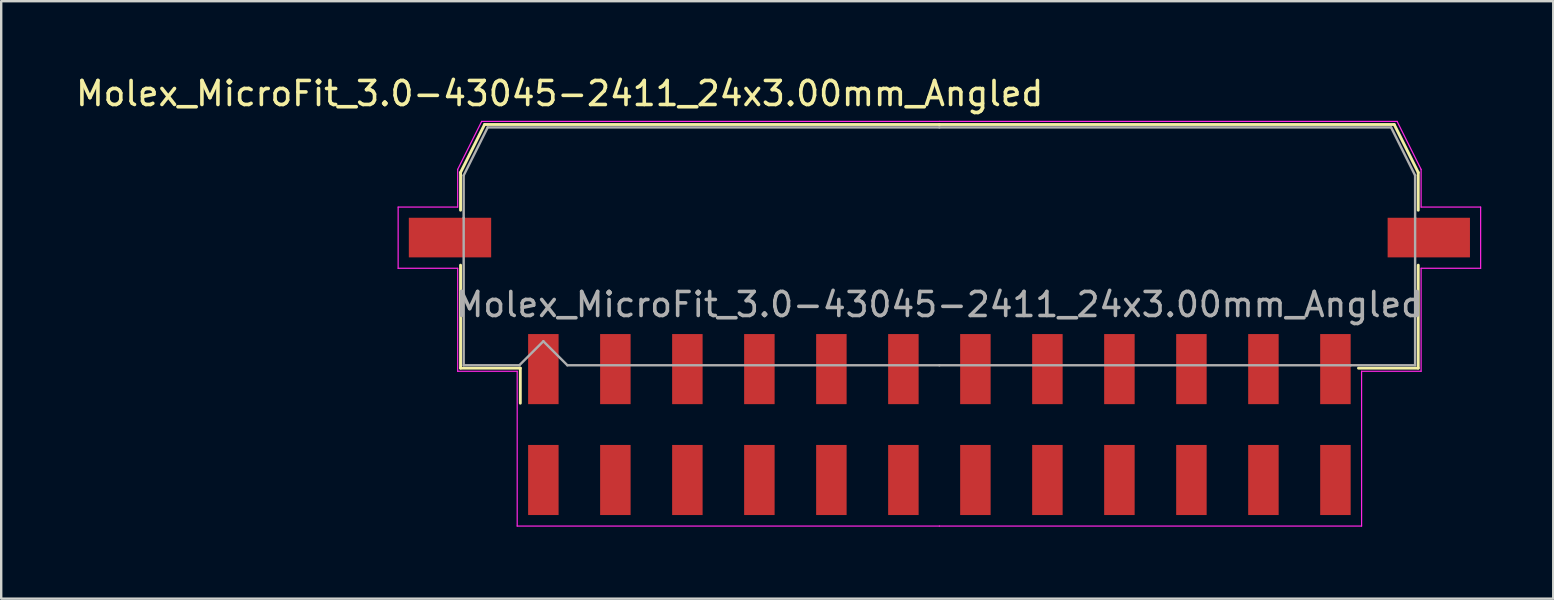
<source format=kicad_pcb>
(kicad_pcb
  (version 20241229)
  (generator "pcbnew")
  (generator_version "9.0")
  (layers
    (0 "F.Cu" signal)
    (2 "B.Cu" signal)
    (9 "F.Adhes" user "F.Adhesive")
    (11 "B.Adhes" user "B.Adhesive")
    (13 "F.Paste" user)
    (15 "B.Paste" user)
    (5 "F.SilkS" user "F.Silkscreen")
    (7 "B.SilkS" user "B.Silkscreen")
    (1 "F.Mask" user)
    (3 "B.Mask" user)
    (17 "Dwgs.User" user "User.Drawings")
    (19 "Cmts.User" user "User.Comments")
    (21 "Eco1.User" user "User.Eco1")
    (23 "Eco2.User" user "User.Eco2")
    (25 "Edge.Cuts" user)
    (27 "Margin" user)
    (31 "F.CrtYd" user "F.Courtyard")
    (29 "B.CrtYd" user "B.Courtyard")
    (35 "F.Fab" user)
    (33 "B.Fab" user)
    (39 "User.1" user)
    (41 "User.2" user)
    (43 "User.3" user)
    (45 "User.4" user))
  (footprint "Molex_MicroFit_3.0-43045-2411_24x3.00mm_Angled"
    (layer "F.Cu")
    (at 36.088 14.638)
    (property "Reference" "Molex_MicroFit_3.0-43045-2411_24x3.00mm_Angled" (at -15.82 -13.79 0) (layer "F.SilkS") (effects (font (size 1 1) (thickness 0.15))))
    (attr smd)
    (fp_line (start -19.95 -10.5) (end -19.95 -8.93) (stroke (width 0.12) (type solid)) (layer "F.SilkS"))
    (fp_line (start -19.95 -6.64) (end -19.95 -2.35) (stroke (width 0.12) (type solid)) (layer "F.SilkS"))
    (fp_line (start -19.95 -2.35) (end -17.46 -2.35) (stroke (width 0.12) (type solid)) (layer "F.SilkS"))
    (fp_line (start -18.95 -12.5) (end -19.95 -10.5) (stroke (width 0.12) (type solid)) (layer "F.SilkS"))
    (fp_line (start -17.46 -2.35) (end -17.46 -0.89) (stroke (width 0.12) (type solid)) (layer "F.SilkS"))
    (fp_line (start 0 -12.5) (end -18.95 -12.5) (stroke (width 0.12) (type solid)) (layer "F.SilkS"))
    (fp_line (start 0 -12.5) (end 18.95 -12.5) (stroke (width 0.12) (type solid)) (layer "F.SilkS"))
    (fp_line (start 18.95 -12.5) (end 19.95 -10.5) (stroke (width 0.12) (type solid)) (layer "F.SilkS"))
    (fp_line (start 19.95 -10.5) (end 19.95 -8.93) (stroke (width 0.12) (type solid)) (layer "F.SilkS"))
    (fp_line (start 19.95 -6.64) (end 19.95 -2.35) (stroke (width 0.12) (type solid)) (layer "F.SilkS"))
    (fp_line (start 19.95 -2.35) (end 17.46 -2.35) (stroke (width 0.12) (type solid)) (layer "F.SilkS"))
    (fp_line (start -22.55 -9.06) (end -22.55 -6.51) (stroke (width 0.05) (type solid)) (layer "F.CrtYd"))
    (fp_line (start -22.55 -6.51) (end -20.07 -6.51) (stroke (width 0.05) (type solid)) (layer "F.CrtYd"))
    (fp_line (start -20.07 -10.63) (end -20.07 -9.06) (stroke (width 0.05) (type solid)) (layer "F.CrtYd"))
    (fp_line (start -20.07 -9.06) (end -22.55 -9.06) (stroke (width 0.05) (type solid)) (layer "F.CrtYd"))
    (fp_line (start -20.07 -6.51) (end -20.07 -2.22) (stroke (width 0.05) (type solid)) (layer "F.CrtYd"))
    (fp_line (start -20.07 -2.22) (end -17.59 -2.22) (stroke (width 0.05) (type solid)) (layer "F.CrtYd"))
    (fp_line (start -19.07 -12.63) (end -20.07 -10.63) (stroke (width 0.05) (type solid)) (layer "F.CrtYd"))
    (fp_line (start -17.59 -2.22) (end -17.59 4.23) (stroke (width 0.05) (type solid)) (layer "F.CrtYd"))
    (fp_line (start -17.59 4.23) (end 0 4.23) (stroke (width 0.05) (type solid)) (layer "F.CrtYd"))
    (fp_line (start 0 -12.63) (end -19.07 -12.63) (stroke (width 0.05) (type solid)) (layer "F.CrtYd"))
    (fp_line (start 0 -12.63) (end 19.07 -12.63) (stroke (width 0.05) (type solid)) (layer "F.CrtYd"))
    (fp_line (start 17.59 -2.22) (end 17.59 4.23) (stroke (width 0.05) (type solid)) (layer "F.CrtYd"))
    (fp_line (start 17.59 4.23) (end 0 4.23) (stroke (width 0.05) (type solid)) (layer "F.CrtYd"))
    (fp_line (start 19.07 -12.63) (end 20.07 -10.63) (stroke (width 0.05) (type solid)) (layer "F.CrtYd"))
    (fp_line (start 20.07 -10.63) (end 20.07 -9.06) (stroke (width 0.05) (type solid)) (layer "F.CrtYd"))
    (fp_line (start 20.07 -9.06) (end 22.55 -9.06) (stroke (width 0.05) (type solid)) (layer "F.CrtYd"))
    (fp_line (start 20.07 -6.51) (end 20.07 -2.22) (stroke (width 0.05) (type solid)) (layer "F.CrtYd"))
    (fp_line (start 20.07 -2.22) (end 17.59 -2.22) (stroke (width 0.05) (type solid)) (layer "F.CrtYd"))
    (fp_line (start 22.55 -9.06) (end 22.55 -6.51) (stroke (width 0.05) (type solid)) (layer "F.CrtYd"))
    (fp_line (start 22.55 -6.51) (end 20.07 -6.51) (stroke (width 0.05) (type solid)) (layer "F.CrtYd"))
    (fp_line (start -19.82 -10.38) (end -19.82 -8.61) (stroke (width 0.1) (type solid)) (layer "F.Fab"))
    (fp_line (start -19.82 -8.61) (end -19.82 -2.47) (stroke (width 0.1) (type solid)) (layer "F.Fab"))
    (fp_line (start -19.82 -2.47) (end -17.5 -2.47) (stroke (width 0.1) (type solid)) (layer "F.Fab"))
    (fp_line (start -18.82 -12.38) (end -19.82 -10.38) (stroke (width 0.1) (type solid)) (layer "F.Fab"))
    (fp_line (start -17.5 -2.47) (end -16.5 -3.47) (stroke (width 0.1) (type solid)) (layer "F.Fab"))
    (fp_line (start -16.5 -3.47) (end -15.5 -2.47) (stroke (width 0.1) (type solid)) (layer "F.Fab"))
    (fp_line (start -15.5 -2.47) (end 0 -2.47) (stroke (width 0.1) (type solid)) (layer "F.Fab"))
    (fp_line (start 0 -12.38) (end -18.82 -12.38) (stroke (width 0.1) (type solid)) (layer "F.Fab"))
    (fp_line (start 0 -12.38) (end 18.82 -12.38) (stroke (width 0.1) (type solid)) (layer "F.Fab"))
    (fp_line (start 17.14 -2.47) (end 0 -2.47) (stroke (width 0.1) (type solid)) (layer "F.Fab"))
    (fp_line (start 18.82 -12.38) (end 19.82 -10.38) (stroke (width 0.1) (type solid)) (layer "F.Fab"))
    (fp_line (start 19.82 -10.38) (end 19.82 -8.61) (stroke (width 0.1) (type solid)) (layer "F.Fab"))
    (fp_line (start 19.82 -8.61) (end 19.82 -2.47) (stroke (width 0.1) (type solid)) (layer "F.Fab"))
    (fp_line (start 19.82 -2.47) (end 17.14 -2.47) (stroke (width 0.1) (type solid)) (layer "F.Fab"))
    (fp_text user "${REFERENCE}" (at 0 -5 0) (layer "F.Fab") (effects (font (size 1 1) (thickness 0.15))))
    (pad "" smd rect (at -20.39 -7.79) (size 3.43 1.65) (layers "F.Cu" "F.Mask" "F.Paste"))
    (pad "" smd rect (at 20.39 -7.79) (size 3.43 1.65) (layers "F.Cu" "F.Mask" "F.Paste"))
    (pad "1" smd rect (at -16.5 -2.31) (size 1.27 2.92) (layers "F.Cu" "F.Mask" "F.Paste"))
    (pad "2" smd rect (at -13.5 -2.31) (size 1.27 2.92) (layers "F.Cu" "F.Mask" "F.Paste"))
    (pad "3" smd rect (at -10.5 -2.31) (size 1.27 2.92) (layers "F.Cu" "F.Mask" "F.Paste"))
    (pad "4" smd rect (at -7.5 -2.31) (size 1.27 2.92) (layers "F.Cu" "F.Mask" "F.Paste"))
    (pad "5" smd rect (at -4.5 -2.31) (size 1.27 2.92) (layers "F.Cu" "F.Mask" "F.Paste"))
    (pad "6" smd rect (at -1.5 -2.31) (size 1.27 2.92) (layers "F.Cu" "F.Mask" "F.Paste"))
    (pad "7" smd rect (at 1.5 -2.31) (size 1.27 2.92) (layers "F.Cu" "F.Mask" "F.Paste"))
    (pad "8" smd rect (at 4.5 -2.31) (size 1.27 2.92) (layers "F.Cu" "F.Mask" "F.Paste"))
    (pad "9" smd rect (at 7.5 -2.31) (size 1.27 2.92) (layers "F.Cu" "F.Mask" "F.Paste"))
    (pad "10" smd rect (at 10.5 -2.31) (size 1.27 2.92) (layers "F.Cu" "F.Mask" "F.Paste"))
    (pad "11" smd rect (at 13.5 -2.31) (size 1.27 2.92) (layers "F.Cu" "F.Mask" "F.Paste"))
    (pad "12" smd rect (at 16.5 -2.31) (size 1.27 2.92) (layers "F.Cu" "F.Mask" "F.Paste"))
    (pad "13" smd rect (at 16.5 2.31) (size 1.27 2.92) (layers "F.Cu" "F.Mask" "F.Paste"))
    (pad "14" smd rect (at 13.5 2.31) (size 1.27 2.92) (layers "F.Cu" "F.Mask" "F.Paste"))
    (pad "15" smd rect (at 10.5 2.31) (size 1.27 2.92) (layers "F.Cu" "F.Mask" "F.Paste"))
    (pad "16" smd rect (at 7.5 2.31) (size 1.27 2.92) (layers "F.Cu" "F.Mask" "F.Paste"))
    (pad "17" smd rect (at 4.5 2.31) (size 1.27 2.92) (layers "F.Cu" "F.Mask" "F.Paste"))
    (pad "18" smd rect (at 1.5 2.31) (size 1.27 2.92) (layers "F.Cu" "F.Mask" "F.Paste"))
    (pad "19" smd rect (at -1.5 2.31) (size 1.27 2.92) (layers "F.Cu" "F.Mask" "F.Paste"))
    (pad "20" smd rect (at -4.5 2.31) (size 1.27 2.92) (layers "F.Cu" "F.Mask" "F.Paste"))
    (pad "21" smd rect (at -7.5 2.31) (size 1.27 2.92) (layers "F.Cu" "F.Mask" "F.Paste"))
    (pad "22" smd rect (at -10.5 2.31) (size 1.27 2.92) (layers "F.Cu" "F.Mask" "F.Paste"))
    (pad "23" smd rect (at -13.5 2.31) (size 1.27 2.92) (layers "F.Cu" "F.Mask" "F.Paste"))
    (pad "24" smd rect (at -16.5 2.31) (size 1.27 2.92) (layers "F.Cu" "F.Mask" "F.Paste")))
  (gr_rect
    (start -3 -3)
    (end 61.663 21.893)
    (stroke (width 0.1) (type default))
    (fill no)
    (layer "Edge.Cuts")))
</source>
